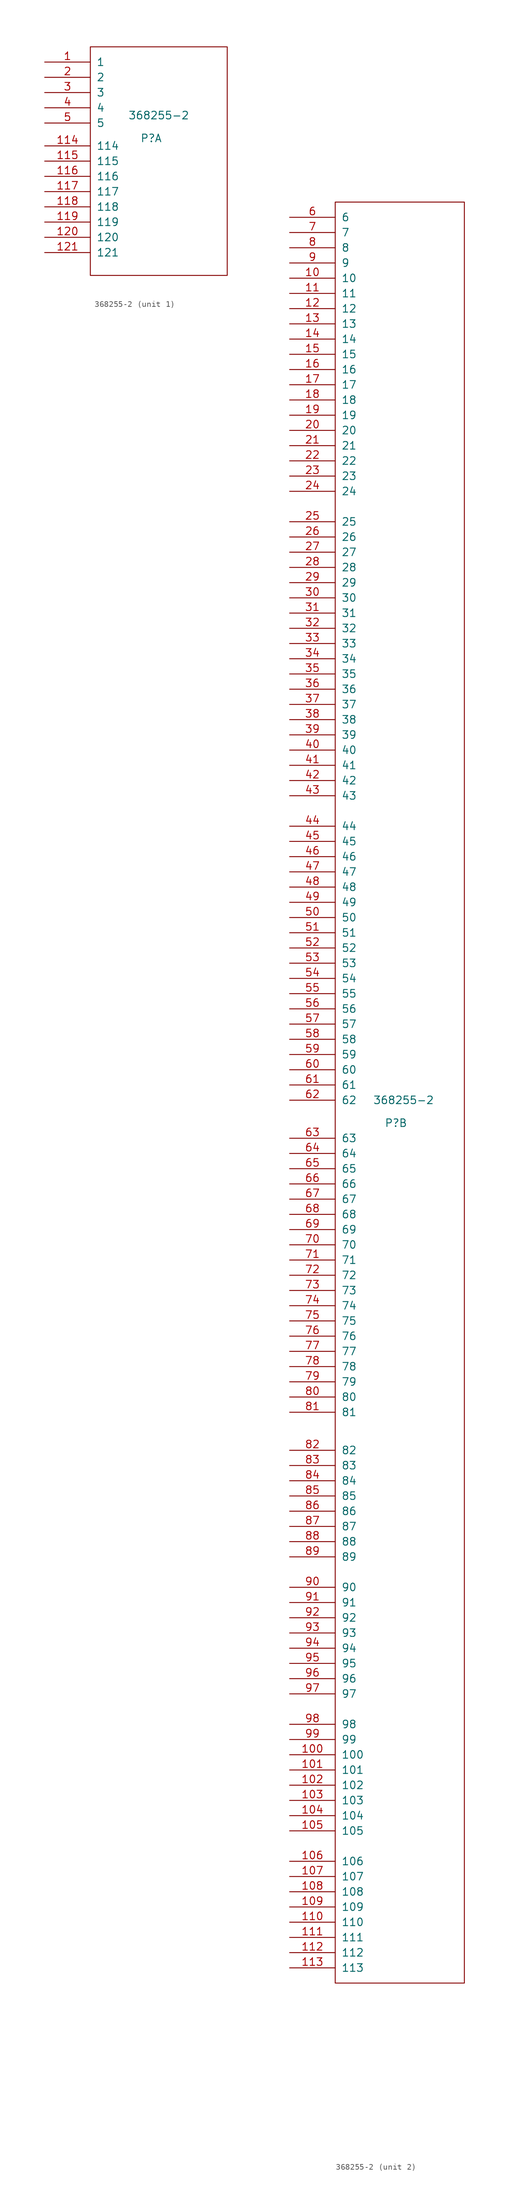
<source format=kicad_sym>
(kicad_symbol_lib
  (version 20211014)
  (generator kicad_symbol_editor)
  (symbol "368255-2"
    (pin_names
      (offset 1.016))
    (property "Reference" "P"
      (at -1.27 0 0)
      (effects (font (size 1.27 1.27))))
    (property "Value" "368255-2"
      (at 0 3.81 0)
      (effects (font (size 1.27 1.27))))
    (symbol "368255-2_1_0"
      (rectangle (start -11.43 -22.86) (end 11.43 15.24) (stroke (width 0) (type default) (color 0 0 0 0)) (fill (type none))))
    (symbol "368255-2_1_1"
      (pin passive line (at -19.05 12.7 0) (length 7.62) (name "1" (effects (font (size 1.27 1.27)))) (number "1" (effects (font (size 1.27 1.27)))))
      (pin passive line (at -19.05 -1.27 0) (length 7.62) (name "114" (effects (font (size 1.27 1.27)))) (number "114" (effects (font (size 1.27 1.27)))))
      (pin passive line (at -19.05 -3.81 0) (length 7.62) (name "115" (effects (font (size 1.27 1.27)))) (number "115" (effects (font (size 1.27 1.27)))))
      (pin passive line (at -19.05 -6.35 0) (length 7.62) (name "116" (effects (font (size 1.27 1.27)))) (number "116" (effects (font (size 1.27 1.27)))))
      (pin passive line (at -19.05 -8.89 0) (length 7.62) (name "117" (effects (font (size 1.27 1.27)))) (number "117" (effects (font (size 1.27 1.27)))))
      (pin passive line (at -19.05 -11.43 0) (length 7.62) (name "118" (effects (font (size 1.27 1.27)))) (number "118" (effects (font (size 1.27 1.27)))))
      (pin passive line (at -19.05 -13.97 0) (length 7.62) (name "119" (effects (font (size 1.27 1.27)))) (number "119" (effects (font (size 1.27 1.27)))))
      (pin passive line (at -19.05 -16.51 0) (length 7.62) (name "120" (effects (font (size 1.27 1.27)))) (number "120" (effects (font (size 1.27 1.27)))))
      (pin passive line (at -19.05 -19.05 0) (length 7.62) (name "121" (effects (font (size 1.27 1.27)))) (number "121" (effects (font (size 1.27 1.27)))))
      (pin passive line (at -19.05 10.16 0) (length 7.62) (name "2" (effects (font (size 1.27 1.27)))) (number "2" (effects (font (size 1.27 1.27)))))
      (pin passive line (at -19.05 7.62 0) (length 7.62) (name "3" (effects (font (size 1.27 1.27)))) (number "3" (effects (font (size 1.27 1.27)))))
      (pin passive line (at -19.05 5.08 0) (length 7.62) (name "4" (effects (font (size 1.27 1.27)))) (number "4" (effects (font (size 1.27 1.27)))))
      (pin passive line (at -19.05 2.54 0) (length 7.62) (name "5" (effects (font (size 1.27 1.27)))) (number "5" (effects (font (size 1.27 1.27))))))
    (symbol "368255-2_2_1"
      (rectangle (start -11.43 -143.51) (end 10.16 153.67) (stroke (width 0) (type default) (color 0 0 0 0)) (fill (type none)))
      (pin passive line (at -19.05 140.97 0) (length 7.62) (name "10" (effects (font (size 1.27 1.27)))) (number "10" (effects (font (size 1.27 1.27)))))
      (pin passive line (at -19.05 -105.41 0) (length 7.62) (name "100" (effects (font (size 1.27 1.27)))) (number "100" (effects (font (size 1.27 1.27)))))
      (pin passive line (at -19.05 -107.95 0) (length 7.62) (name "101" (effects (font (size 1.27 1.27)))) (number "101" (effects (font (size 1.27 1.27)))))
      (pin passive line (at -19.05 -110.49 0) (length 7.62) (name "102" (effects (font (size 1.27 1.27)))) (number "102" (effects (font (size 1.27 1.27)))))
      (pin passive line (at -19.05 -113.03 0) (length 7.62) (name "103" (effects (font (size 1.27 1.27)))) (number "103" (effects (font (size 1.27 1.27)))))
      (pin passive line (at -19.05 -115.57 0) (length 7.62) (name "104" (effects (font (size 1.27 1.27)))) (number "104" (effects (font (size 1.27 1.27)))))
      (pin passive line (at -19.05 -118.11 0) (length 7.62) (name "105" (effects (font (size 1.27 1.27)))) (number "105" (effects (font (size 1.27 1.27)))))
      (pin passive line (at -19.05 -123.19 0) (length 7.62) (name "106" (effects (font (size 1.27 1.27)))) (number "106" (effects (font (size 1.27 1.27)))))
      (pin passive line (at -19.05 -125.73 0) (length 7.62) (name "107" (effects (font (size 1.27 1.27)))) (number "107" (effects (font (size 1.27 1.27)))))
      (pin passive line (at -19.05 -128.27 0) (length 7.62) (name "108" (effects (font (size 1.27 1.27)))) (number "108" (effects (font (size 1.27 1.27)))))
      (pin passive line (at -19.05 -130.81 0) (length 7.62) (name "109" (effects (font (size 1.27 1.27)))) (number "109" (effects (font (size 1.27 1.27)))))
      (pin passive line (at -19.05 138.43 0) (length 7.62) (name "11" (effects (font (size 1.27 1.27)))) (number "11" (effects (font (size 1.27 1.27)))))
      (pin passive line (at -19.05 -133.35 0) (length 7.62) (name "110" (effects (font (size 1.27 1.27)))) (number "110" (effects (font (size 1.27 1.27)))))
      (pin passive line (at -19.05 -135.89 0) (length 7.62) (name "111" (effects (font (size 1.27 1.27)))) (number "111" (effects (font (size 1.27 1.27)))))
      (pin passive line (at -19.05 -138.43 0) (length 7.62) (name "112" (effects (font (size 1.27 1.27)))) (number "112" (effects (font (size 1.27 1.27)))))
      (pin passive line (at -19.05 -140.97 0) (length 7.62) (name "113" (effects (font (size 1.27 1.27)))) (number "113" (effects (font (size 1.27 1.27)))))
      (pin passive line (at -19.05 135.89 0) (length 7.62) (name "12" (effects (font (size 1.27 1.27)))) (number "12" (effects (font (size 1.27 1.27)))))
      (pin passive line (at -19.05 133.35 0) (length 7.62) (name "13" (effects (font (size 1.27 1.27)))) (number "13" (effects (font (size 1.27 1.27)))))
      (pin passive line (at -19.05 130.81 0) (length 7.62) (name "14" (effects (font (size 1.27 1.27)))) (number "14" (effects (font (size 1.27 1.27)))))
      (pin passive line (at -19.05 128.27 0) (length 7.62) (name "15" (effects (font (size 1.27 1.27)))) (number "15" (effects (font (size 1.27 1.27)))))
      (pin passive line (at -19.05 125.73 0) (length 7.62) (name "16" (effects (font (size 1.27 1.27)))) (number "16" (effects (font (size 1.27 1.27)))))
      (pin passive line (at -19.05 123.19 0) (length 7.62) (name "17" (effects (font (size 1.27 1.27)))) (number "17" (effects (font (size 1.27 1.27)))))
      (pin passive line (at -19.05 120.65 0) (length 7.62) (name "18" (effects (font (size 1.27 1.27)))) (number "18" (effects (font (size 1.27 1.27)))))
      (pin passive line (at -19.05 118.11 0) (length 7.62) (name "19" (effects (font (size 1.27 1.27)))) (number "19" (effects (font (size 1.27 1.27)))))
      (pin passive line (at -19.05 115.57 0) (length 7.62) (name "20" (effects (font (size 1.27 1.27)))) (number "20" (effects (font (size 1.27 1.27)))))
      (pin passive line (at -19.05 113.03 0) (length 7.62) (name "21" (effects (font (size 1.27 1.27)))) (number "21" (effects (font (size 1.27 1.27)))))
      (pin passive line (at -19.05 110.49 0) (length 7.62) (name "22" (effects (font (size 1.27 1.27)))) (number "22" (effects (font (size 1.27 1.27)))))
      (pin passive line (at -19.05 107.95 0) (length 7.62) (name "23" (effects (font (size 1.27 1.27)))) (number "23" (effects (font (size 1.27 1.27)))))
      (pin passive line (at -19.05 105.41 0) (length 7.62) (name "24" (effects (font (size 1.27 1.27)))) (number "24" (effects (font (size 1.27 1.27)))))
      (pin passive line (at -19.05 100.33 0) (length 7.62) (name "25" (effects (font (size 1.27 1.27)))) (number "25" (effects (font (size 1.27 1.27)))))
      (pin passive line (at -19.05 97.79 0) (length 7.62) (name "26" (effects (font (size 1.27 1.27)))) (number "26" (effects (font (size 1.27 1.27)))))
      (pin passive line (at -19.05 95.25 0) (length 7.62) (name "27" (effects (font (size 1.27 1.27)))) (number "27" (effects (font (size 1.27 1.27)))))
      (pin passive line (at -19.05 92.71 0) (length 7.62) (name "28" (effects (font (size 1.27 1.27)))) (number "28" (effects (font (size 1.27 1.27)))))
      (pin passive line (at -19.05 90.17 0) (length 7.62) (name "29" (effects (font (size 1.27 1.27)))) (number "29" (effects (font (size 1.27 1.27)))))
      (pin passive line (at -19.05 87.63 0) (length 7.62) (name "30" (effects (font (size 1.27 1.27)))) (number "30" (effects (font (size 1.27 1.27)))))
      (pin passive line (at -19.05 85.09 0) (length 7.62) (name "31" (effects (font (size 1.27 1.27)))) (number "31" (effects (font (size 1.27 1.27)))))
      (pin passive line (at -19.05 82.55 0) (length 7.62) (name "32" (effects (font (size 1.27 1.27)))) (number "32" (effects (font (size 1.27 1.27)))))
      (pin passive line (at -19.05 80.01 0) (length 7.62) (name "33" (effects (font (size 1.27 1.27)))) (number "33" (effects (font (size 1.27 1.27)))))
      (pin passive line (at -19.05 77.47 0) (length 7.62) (name "34" (effects (font (size 1.27 1.27)))) (number "34" (effects (font (size 1.27 1.27)))))
      (pin passive line (at -19.05 74.93 0) (length 7.62) (name "35" (effects (font (size 1.27 1.27)))) (number "35" (effects (font (size 1.27 1.27)))))
      (pin passive line (at -19.05 72.39 0) (length 7.62) (name "36" (effects (font (size 1.27 1.27)))) (number "36" (effects (font (size 1.27 1.27)))))
      (pin passive line (at -19.05 69.85 0) (length 7.62) (name "37" (effects (font (size 1.27 1.27)))) (number "37" (effects (font (size 1.27 1.27)))))
      (pin passive line (at -19.05 67.31 0) (length 7.62) (name "38" (effects (font (size 1.27 1.27)))) (number "38" (effects (font (size 1.27 1.27)))))
      (pin passive line (at -19.05 64.77 0) (length 7.62) (name "39" (effects (font (size 1.27 1.27)))) (number "39" (effects (font (size 1.27 1.27)))))
      (pin passive line (at -19.05 62.23 0) (length 7.62) (name "40" (effects (font (size 1.27 1.27)))) (number "40" (effects (font (size 1.27 1.27)))))
      (pin passive line (at -19.05 59.69 0) (length 7.62) (name "41" (effects (font (size 1.27 1.27)))) (number "41" (effects (font (size 1.27 1.27)))))
      (pin passive line (at -19.05 57.15 0) (length 7.62) (name "42" (effects (font (size 1.27 1.27)))) (number "42" (effects (font (size 1.27 1.27)))))
      (pin passive line (at -19.05 54.61 0) (length 7.62) (name "43" (effects (font (size 1.27 1.27)))) (number "43" (effects (font (size 1.27 1.27)))))
      (pin passive line (at -19.05 49.53 0) (length 7.62) (name "44" (effects (font (size 1.27 1.27)))) (number "44" (effects (font (size 1.27 1.27)))))
      (pin passive line (at -19.05 46.99 0) (length 7.62) (name "45" (effects (font (size 1.27 1.27)))) (number "45" (effects (font (size 1.27 1.27)))))
      (pin input line (at -19.05 44.45 0) (length 7.62) (name "46" (effects (font (size 1.27 1.27)))) (number "46" (effects (font (size 1.27 1.27)))))
      (pin input line (at -19.05 41.91 0) (length 7.62) (name "47" (effects (font (size 1.27 1.27)))) (number "47" (effects (font (size 1.27 1.27)))))
      (pin input line (at -19.05 39.37 0) (length 7.62) (name "48" (effects (font (size 1.27 1.27)))) (number "48" (effects (font (size 1.27 1.27)))))
      (pin input line (at -19.05 36.83 0) (length 7.62) (name "49" (effects (font (size 1.27 1.27)))) (number "49" (effects (font (size 1.27 1.27)))))
      (pin input line (at -19.05 34.29 0) (length 7.62) (name "50" (effects (font (size 1.27 1.27)))) (number "50" (effects (font (size 1.27 1.27)))))
      (pin passive line (at -19.05 31.75 0) (length 7.62) (name "51" (effects (font (size 1.27 1.27)))) (number "51" (effects (font (size 1.27 1.27)))))
      (pin passive line (at -19.05 29.21 0) (length 7.62) (name "52" (effects (font (size 1.27 1.27)))) (number "52" (effects (font (size 1.27 1.27)))))
      (pin passive line (at -19.05 26.67 0) (length 7.62) (name "53" (effects (font (size 1.27 1.27)))) (number "53" (effects (font (size 1.27 1.27)))))
      (pin passive line (at -19.05 24.13 0) (length 7.62) (name "54" (effects (font (size 1.27 1.27)))) (number "54" (effects (font (size 1.27 1.27)))))
      (pin passive line (at -19.05 21.59 0) (length 7.62) (name "55" (effects (font (size 1.27 1.27)))) (number "55" (effects (font (size 1.27 1.27)))))
      (pin passive line (at -19.05 19.05 0) (length 7.62) (name "56" (effects (font (size 1.27 1.27)))) (number "56" (effects (font (size 1.27 1.27)))))
      (pin passive line (at -19.05 16.51 0) (length 7.62) (name "57" (effects (font (size 1.27 1.27)))) (number "57" (effects (font (size 1.27 1.27)))))
      (pin passive line (at -19.05 13.97 0) (length 7.62) (name "58" (effects (font (size 1.27 1.27)))) (number "58" (effects (font (size 1.27 1.27)))))
      (pin passive line (at -19.05 11.43 0) (length 7.62) (name "59" (effects (font (size 1.27 1.27)))) (number "59" (effects (font (size 1.27 1.27)))))
      (pin passive line (at -19.05 151.13 0) (length 7.62) (name "6" (effects (font (size 1.27 1.27)))) (number "6" (effects (font (size 1.27 1.27)))))
      (pin passive line (at -19.05 8.89 0) (length 7.62) (name "60" (effects (font (size 1.27 1.27)))) (number "60" (effects (font (size 1.27 1.27)))))
      (pin passive line (at -19.05 6.35 0) (length 7.62) (name "61" (effects (font (size 1.27 1.27)))) (number "61" (effects (font (size 1.27 1.27)))))
      (pin passive line (at -19.05 3.81 0) (length 7.62) (name "62" (effects (font (size 1.27 1.27)))) (number "62" (effects (font (size 1.27 1.27)))))
      (pin passive line (at -19.05 -2.54 0) (length 7.62) (name "63" (effects (font (size 1.27 1.27)))) (number "63" (effects (font (size 1.27 1.27)))))
      (pin passive line (at -19.05 -5.08 0) (length 7.62) (name "64" (effects (font (size 1.27 1.27)))) (number "64" (effects (font (size 1.27 1.27)))))
      (pin input line (at -19.05 -7.62 0) (length 7.62) (name "65" (effects (font (size 1.27 1.27)))) (number "65" (effects (font (size 1.27 1.27)))))
      (pin input line (at -19.05 -10.16 0) (length 7.62) (name "66" (effects (font (size 1.27 1.27)))) (number "66" (effects (font (size 1.27 1.27)))))
      (pin input line (at -19.05 -12.7 0) (length 7.62) (name "67" (effects (font (size 1.27 1.27)))) (number "67" (effects (font (size 1.27 1.27)))))
      (pin input line (at -19.05 -15.24 0) (length 7.62) (name "68" (effects (font (size 1.27 1.27)))) (number "68" (effects (font (size 1.27 1.27)))))
      (pin input line (at -19.05 -17.78 0) (length 7.62) (name "69" (effects (font (size 1.27 1.27)))) (number "69" (effects (font (size 1.27 1.27)))))
      (pin passive line (at -19.05 148.59 0) (length 7.62) (name "7" (effects (font (size 1.27 1.27)))) (number "7" (effects (font (size 1.27 1.27)))))
      (pin input line (at -19.05 -20.32 0) (length 7.62) (name "70" (effects (font (size 1.27 1.27)))) (number "70" (effects (font (size 1.27 1.27)))))
      (pin passive line (at -19.05 -22.86 0) (length 7.62) (name "71" (effects (font (size 1.27 1.27)))) (number "71" (effects (font (size 1.27 1.27)))))
      (pin passive line (at -19.05 -25.4 0) (length 7.62) (name "72" (effects (font (size 1.27 1.27)))) (number "72" (effects (font (size 1.27 1.27)))))
      (pin passive line (at -19.05 -27.94 0) (length 7.62) (name "73" (effects (font (size 1.27 1.27)))) (number "73" (effects (font (size 1.27 1.27)))))
      (pin passive line (at -19.05 -30.48 0) (length 7.62) (name "74" (effects (font (size 1.27 1.27)))) (number "74" (effects (font (size 1.27 1.27)))))
      (pin passive line (at -19.05 -33.02 0) (length 7.62) (name "75" (effects (font (size 1.27 1.27)))) (number "75" (effects (font (size 1.27 1.27)))))
      (pin passive line (at -19.05 -35.56 0) (length 7.62) (name "76" (effects (font (size 1.27 1.27)))) (number "76" (effects (font (size 1.27 1.27)))))
      (pin passive line (at -19.05 -38.1 0) (length 7.62) (name "77" (effects (font (size 1.27 1.27)))) (number "77" (effects (font (size 1.27 1.27)))))
      (pin passive line (at -19.05 -40.64 0) (length 7.62) (name "78" (effects (font (size 1.27 1.27)))) (number "78" (effects (font (size 1.27 1.27)))))
      (pin passive line (at -19.05 -43.18 0) (length 7.62) (name "79" (effects (font (size 1.27 1.27)))) (number "79" (effects (font (size 1.27 1.27)))))
      (pin passive line (at -19.05 146.05 0) (length 7.62) (name "8" (effects (font (size 1.27 1.27)))) (number "8" (effects (font (size 1.27 1.27)))))
      (pin passive line (at -19.05 -45.72 0) (length 7.62) (name "80" (effects (font (size 1.27 1.27)))) (number "80" (effects (font (size 1.27 1.27)))))
      (pin passive line (at -19.05 -48.26 0) (length 7.62) (name "81" (effects (font (size 1.27 1.27)))) (number "81" (effects (font (size 1.27 1.27)))))
      (pin passive line (at -19.05 -54.61 0) (length 7.62) (name "82" (effects (font (size 1.27 1.27)))) (number "82" (effects (font (size 1.27 1.27)))))
      (pin passive line (at -19.05 -57.15 0) (length 7.62) (name "83" (effects (font (size 1.27 1.27)))) (number "83" (effects (font (size 1.27 1.27)))))
      (pin passive line (at -19.05 -59.69 0) (length 7.62) (name "84" (effects (font (size 1.27 1.27)))) (number "84" (effects (font (size 1.27 1.27)))))
      (pin passive line (at -19.05 -62.23 0) (length 7.62) (name "85" (effects (font (size 1.27 1.27)))) (number "85" (effects (font (size 1.27 1.27)))))
      (pin passive line (at -19.05 -64.77 0) (length 7.62) (name "86" (effects (font (size 1.27 1.27)))) (number "86" (effects (font (size 1.27 1.27)))))
      (pin passive line (at -19.05 -67.31 0) (length 7.62) (name "87" (effects (font (size 1.27 1.27)))) (number "87" (effects (font (size 1.27 1.27)))))
      (pin passive line (at -19.05 -69.85 0) (length 7.62) (name "88" (effects (font (size 1.27 1.27)))) (number "88" (effects (font (size 1.27 1.27)))))
      (pin passive line (at -19.05 -72.39 0) (length 7.62) (name "89" (effects (font (size 1.27 1.27)))) (number "89" (effects (font (size 1.27 1.27)))))
      (pin passive line (at -19.05 143.51 0) (length 7.62) (name "9" (effects (font (size 1.27 1.27)))) (number "9" (effects (font (size 1.27 1.27)))))
      (pin passive line (at -19.05 -77.47 0) (length 7.62) (name "90" (effects (font (size 1.27 1.27)))) (number "90" (effects (font (size 1.27 1.27)))))
      (pin passive line (at -19.05 -80.01 0) (length 7.62) (name "91" (effects (font (size 1.27 1.27)))) (number "91" (effects (font (size 1.27 1.27)))))
      (pin passive line (at -19.05 -82.55 0) (length 7.62) (name "92" (effects (font (size 1.27 1.27)))) (number "92" (effects (font (size 1.27 1.27)))))
      (pin passive line (at -19.05 -85.09 0) (length 7.62) (name "93" (effects (font (size 1.27 1.27)))) (number "93" (effects (font (size 1.27 1.27)))))
      (pin passive line (at -19.05 -87.63 0) (length 7.62) (name "94" (effects (font (size 1.27 1.27)))) (number "94" (effects (font (size 1.27 1.27)))))
      (pin passive line (at -19.05 -90.17 0) (length 7.62) (name "95" (effects (font (size 1.27 1.27)))) (number "95" (effects (font (size 1.27 1.27)))))
      (pin passive line (at -19.05 -92.71 0) (length 7.62) (name "96" (effects (font (size 1.27 1.27)))) (number "96" (effects (font (size 1.27 1.27)))))
      (pin passive line (at -19.05 -95.25 0) (length 7.62) (name "97" (effects (font (size 1.27 1.27)))) (number "97" (effects (font (size 1.27 1.27)))))
      (pin passive line (at -19.05 -100.33 0) (length 7.62) (name "98" (effects (font (size 1.27 1.27)))) (number "98" (effects (font (size 1.27 1.27)))))
      (pin passive line (at -19.05 -102.87 0) (length 7.62) (name "99" (effects (font (size 1.27 1.27)))) (number "99" (effects (font (size 1.27 1.27))))))))
</source>
